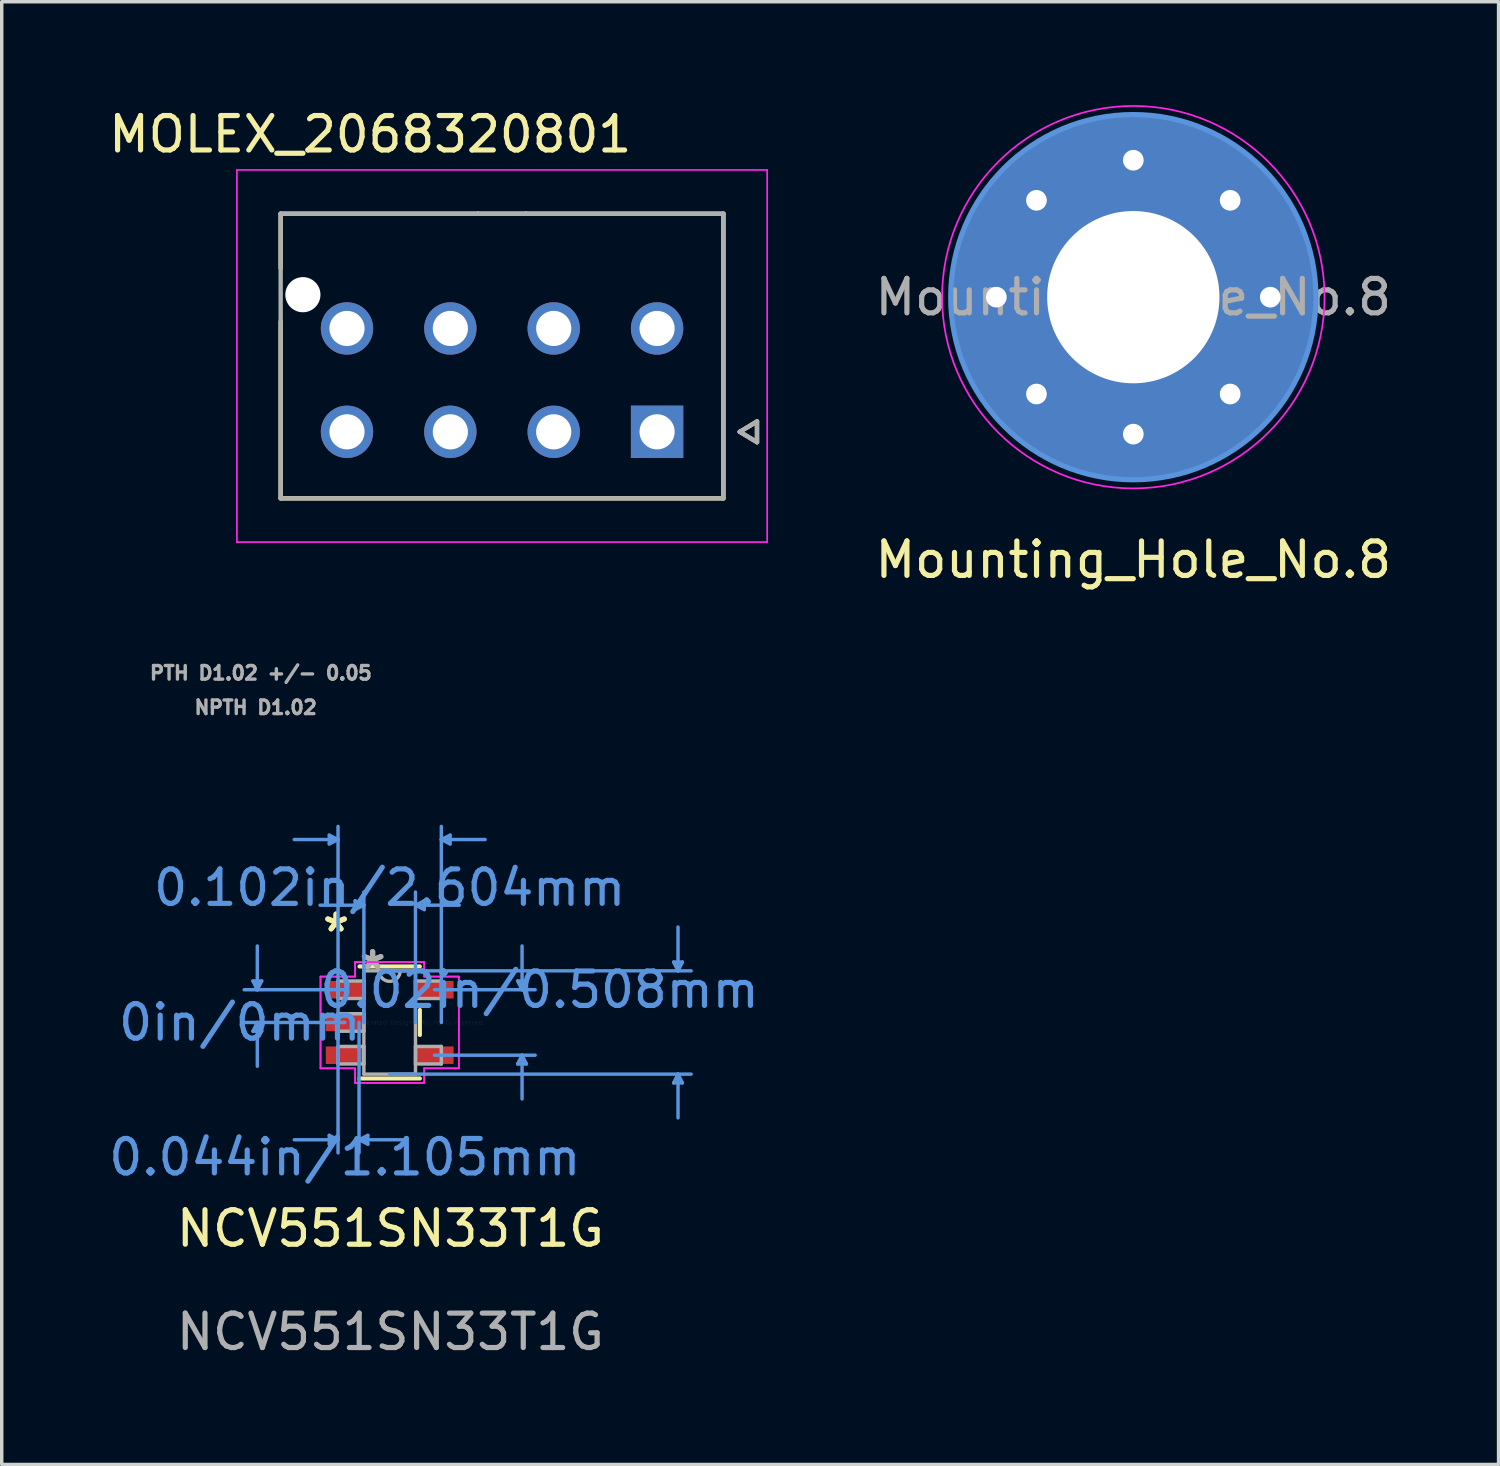
<source format=kicad_pcb>
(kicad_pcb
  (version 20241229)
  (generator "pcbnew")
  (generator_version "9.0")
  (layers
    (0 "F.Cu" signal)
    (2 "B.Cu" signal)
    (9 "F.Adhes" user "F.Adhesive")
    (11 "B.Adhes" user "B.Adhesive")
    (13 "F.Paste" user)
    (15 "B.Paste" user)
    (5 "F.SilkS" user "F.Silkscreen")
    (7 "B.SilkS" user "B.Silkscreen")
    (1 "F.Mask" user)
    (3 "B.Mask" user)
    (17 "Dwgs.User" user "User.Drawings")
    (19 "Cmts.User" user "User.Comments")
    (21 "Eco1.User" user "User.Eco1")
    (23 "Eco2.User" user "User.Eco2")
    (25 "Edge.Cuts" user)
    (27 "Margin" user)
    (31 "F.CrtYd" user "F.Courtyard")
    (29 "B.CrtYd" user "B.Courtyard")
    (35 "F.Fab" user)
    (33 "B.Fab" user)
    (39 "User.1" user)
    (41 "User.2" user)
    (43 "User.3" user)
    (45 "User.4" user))
  (footprint "Mounting_Hole_No.8"
    (layer "F.Cu")
    (at 29.843 5.575)
    (property "Reference" "Mounting_Hole_No.8" (at 0 7.62 0) (unlocked yes) (layer "F.SilkS") (effects (font (size 1 1) (thickness 0.15))))
    (attr smd)
    (fp_circle (center 0 0) (end 5.3 0) (stroke (width 0.15) (type solid)) (fill no) (layer "Cmts.User"))
    (fp_circle (center 0 0) (end 5.55 0) (stroke (width 0.05) (type solid)) (fill no) (layer "F.CrtYd"))
    (fp_text user "${REFERENCE}" (at 0 0 0) (layer "F.Fab") (effects (font (size 1 1) (thickness 0.15))))
    (pad "1" thru_hole circle (at -3.975 0) (size 0.9 0.9) (drill 0.6) (layers "*.Cu" "*.Mask"))
    (pad "1" thru_hole circle (at -2.811 -2.811) (size 0.9 0.9) (drill 0.6) (layers "*.Cu" "*.Mask"))
    (pad "1" thru_hole circle (at -2.811 2.811) (size 0.9 0.9) (drill 0.6) (layers "*.Cu" "*.Mask"))
    (pad "1" thru_hole circle (at 0 -3.975) (size 0.9 0.9) (drill 0.6) (layers "*.Cu" "*.Mask"))
    (pad "1" thru_hole circle (at 0 0) (size 10.6 10.6) (drill 5) (layers "*.Cu" "*.Mask"))
    (pad "1" thru_hole circle (at 0 3.975) (size 0.9 0.9) (drill 0.6) (layers "*.Cu" "*.Mask"))
    (pad "1" thru_hole circle (at 2.811 -2.811) (size 0.9 0.9) (drill 0.6) (layers "*.Cu" "*.Mask"))
    (pad "1" thru_hole circle (at 2.811 2.811) (size 0.9 0.9) (drill 0.6) (layers "*.Cu" "*.Mask"))
    (pad "1" thru_hole circle (at 3.975 0) (size 0.9 0.9) (drill 0.6) (layers "*.Cu" "*.Mask")))
  (footprint "MOLEX_2068320801"
    (layer "F.Cu")
    (at 16.021 9.483)
    (property "Reference" "MOLEX_2068320801" (at -8.325 -8.635 0) (layer "F.SilkS") (effects (font (size 1 1) (thickness 0.15))))
    (attr through_hole)
    (fp_circle (center -10.28 -3.98) (end -9.987 -3.98) (stroke (width 0.586) (type solid)) (fill no) (layer "F.Mask"))
    (fp_circle (center -9 -3) (end -8.582 -3) (stroke (width 0.836) (type solid)) (fill no) (layer "F.Mask"))
    (fp_circle (center -9 0) (end -8.582 0) (stroke (width 0.836) (type solid)) (fill no) (layer "F.Mask"))
    (fp_circle (center -6 -3) (end -5.582 -3) (stroke (width 0.836) (type solid)) (fill no) (layer "F.Mask"))
    (fp_circle (center -6 0) (end -5.582 0) (stroke (width 0.836) (type solid)) (fill no) (layer "F.Mask"))
    (fp_circle (center -3 -3) (end -2.582 -3) (stroke (width 0.836) (type solid)) (fill no) (layer "F.Mask"))
    (fp_circle (center -3 0) (end -2.582 0) (stroke (width 0.836) (type solid)) (fill no) (layer "F.Mask"))
    (fp_circle (center 0 -3) (end 0.418 -3) (stroke (width 0.836) (type solid)) (fill no) (layer "F.Mask"))
    (fp_poly (pts (xy -0.836 -0.836) (xy 0.836 -0.836) (xy 0.836 0.836) (xy -0.836 0.836)) (stroke (width 0.01) (type solid)) (fill yes) (layer "F.Mask"))
    (fp_circle (center -10.28 -3.98) (end -9.987 -3.98) (stroke (width 0.586) (type solid)) (fill no) (layer "B.Mask"))
    (fp_circle (center -9 -3) (end -8.582 -3) (stroke (width 0.836) (type solid)) (fill no) (layer "B.Mask"))
    (fp_circle (center -9 0) (end -8.582 0) (stroke (width 0.836) (type solid)) (fill no) (layer "B.Mask"))
    (fp_circle (center -6 -3) (end -5.582 -3) (stroke (width 0.836) (type solid)) (fill no) (layer "B.Mask"))
    (fp_circle (center -6 0) (end -5.582 0) (stroke (width 0.836) (type solid)) (fill no) (layer "B.Mask"))
    (fp_circle (center -3 -3) (end -2.582 -3) (stroke (width 0.836) (type solid)) (fill no) (layer "B.Mask"))
    (fp_circle (center -3 0) (end -2.582 0) (stroke (width 0.836) (type solid)) (fill no) (layer "B.Mask"))
    (fp_circle (center 0 -3) (end 0.418 -3) (stroke (width 0.836) (type solid)) (fill no) (layer "B.Mask"))
    (fp_poly (pts (xy -0.836 -0.836) (xy 0.836 -0.836) (xy 0.836 0.836) (xy -0.836 0.836)) (stroke (width 0.01) (type solid)) (fill yes) (layer "B.Mask"))
    (fp_line (start -10.925 -6.33) (end -5.2 -6.33) (stroke (width 0.127) (type solid)) (layer "F.SilkS"))
    (fp_line (start -10.925 -4.75) (end -10.925 -6.33) (stroke (width 0.127) (type solid)) (layer "F.SilkS"))
    (fp_line (start -10.925 1.93) (end -10.925 -3.2) (stroke (width 0.127) (type solid)) (layer "F.SilkS"))
    (fp_line (start -5.2 -6.33) (end -3.8 -6.33) (stroke (width 0.127) (type solid)) (layer "F.SilkS"))
    (fp_line (start -3.8 -6.33) (end 1.925 -6.33) (stroke (width 0.127) (type solid)) (layer "F.SilkS"))
    (fp_line (start 1.925 -6.33) (end 1.925 1.93) (stroke (width 0.127) (type solid)) (layer "F.SilkS"))
    (fp_line (start 1.925 1.93) (end -10.925 1.93) (stroke (width 0.127) (type solid)) (layer "F.SilkS"))
    (fp_line (start 2.4 0) (end 2.9 -0.3) (stroke (width 0.127) (type solid)) (layer "F.SilkS"))
    (fp_line (start 2.9 -0.3) (end 2.9 0.3) (stroke (width 0.127) (type solid)) (layer "F.SilkS"))
    (fp_line (start 2.9 0.3) (end 2.4 0) (stroke (width 0.127) (type solid)) (layer "F.SilkS"))
    (fp_line (start -12.195 -7.6) (end 3.195 -7.6) (stroke (width 0.05) (type solid)) (layer "F.CrtYd"))
    (fp_line (start -12.195 3.2) (end -12.195 -7.6) (stroke (width 0.05) (type solid)) (layer "F.CrtYd"))
    (fp_line (start 3.195 -7.6) (end 3.195 3.2) (stroke (width 0.05) (type solid)) (layer "F.CrtYd"))
    (fp_line (start 3.195 3.2) (end -12.195 3.2) (stroke (width 0.05) (type solid)) (layer "F.CrtYd"))
    (fp_line (start -10.925 -6.33) (end -5.2 -6.33) (stroke (width 0.127) (type solid)) (layer "F.Fab"))
    (fp_line (start -10.925 1.93) (end -10.925 -6.33) (stroke (width 0.127) (type solid)) (layer "F.Fab"))
    (fp_line (start -5.2 -6.33) (end -3.8 -6.33) (stroke (width 0.127) (type solid)) (layer "F.Fab"))
    (fp_line (start -3.8 -6.33) (end 1.925 -6.33) (stroke (width 0.127) (type solid)) (layer "F.Fab"))
    (fp_line (start 1.925 -6.33) (end 1.925 1.93) (stroke (width 0.127) (type solid)) (layer "F.Fab"))
    (fp_line (start 1.925 1.93) (end -10.925 1.93) (stroke (width 0.127) (type solid)) (layer "F.Fab"))
    (fp_line (start 2.4 0) (end 2.9 -0.3) (stroke (width 0.127) (type solid)) (layer "F.Fab"))
    (fp_line (start 2.9 -0.3) (end 2.9 0.3) (stroke (width 0.127) (type solid)) (layer "F.Fab"))
    (fp_line (start 2.9 0.3) (end 2.4 0) (stroke (width 0.127) (type solid)) (layer "F.Fab"))
    (fp_text user "NPTH D1.02 " (at -11.5 8 0) (layer "F.Fab") (effects (font (size 0.394 0.394) (thickness 0.15))))
    (fp_text user "PTH D1.02 +/- 0.05" (at -11.5 7 0) (layer "F.Fab") (effects (font (size 0.394 0.394) (thickness 0.15))))
    (pad "" np_thru_hole circle (at -10.28 -3.98) (size 1.02 1.02) (drill 1.02) (layers "*.Cu" "*.Mask"))
    (pad "1" thru_hole rect (at 0 0) (size 1.52 1.52) (drill 1.02) (layers "*.Cu"))
    (pad "2" thru_hole circle (at -3 0) (size 1.52 1.52) (drill 1.02) (layers "*.Cu"))
    (pad "3" thru_hole circle (at -6 0) (size 1.52 1.52) (drill 1.02) (layers "*.Cu"))
    (pad "4" thru_hole circle (at -9 0) (size 1.52 1.52) (drill 1.02) (layers "*.Cu"))
    (pad "5" thru_hole circle (at 0 -3) (size 1.52 1.52) (drill 1.02) (layers "*.Cu"))
    (pad "6" thru_hole circle (at -3 -3) (size 1.52 1.52) (drill 1.02) (layers "*.Cu"))
    (pad "7" thru_hole circle (at -6 -3) (size 1.52 1.52) (drill 1.02) (layers "*.Cu"))
    (pad "8" thru_hole circle (at -9 -3) (size 1.52 1.52) (drill 1.02) (layers "*.Cu")))
  (footprint "NCV551SN33T1G"
    (layer "F.Cu")
    (at 8.26 26.626)
    (property "Reference" "NCV551SN33T1G" (at 0.02 5.98 0) (unlocked yes) (layer "F.SilkS") (effects (font (size 1 1) (thickness 0.15))))
    (attr smd)
    (fp_line (start -0.876 1.626) (end 0.876 1.626) (stroke (width 0.12) (type solid)) (layer "F.SilkS"))
    (fp_line (start 0.876 -1.626) (end -0.876 -1.626) (stroke (width 0.12) (type solid)) (layer "F.SilkS"))
    (fp_line (start 0.876 0.363) (end 0.876 -0.363) (stroke (width 0.12) (type solid)) (layer "F.SilkS"))
    (fp_line (start -3.969 -1.204) (end -3.715 -1.204) (stroke (width 0.1) (type solid)) (layer "Cmts.User"))
    (fp_line (start -3.969 0.254) (end -3.715 0.254) (stroke (width 0.1) (type solid)) (layer "Cmts.User"))
    (fp_line (start -3.842 -0.95) (end -3.969 -1.204) (stroke (width 0.1) (type solid)) (layer "Cmts.User"))
    (fp_line (start -3.842 -0.95) (end -3.842 -2.22) (stroke (width 0.1) (type solid)) (layer "Cmts.User"))
    (fp_line (start -3.842 -0.95) (end -3.715 -1.204) (stroke (width 0.1) (type solid)) (layer "Cmts.User"))
    (fp_line (start -3.842 0) (end -3.969 0.254) (stroke (width 0.1) (type solid)) (layer "Cmts.User"))
    (fp_line (start -3.842 0) (end -3.842 1.27) (stroke (width 0.1) (type solid)) (layer "Cmts.User"))
    (fp_line (start -3.842 0) (end -3.715 0.254) (stroke (width 0.1) (type solid)) (layer "Cmts.User"))
    (fp_line (start -1.753 -5.436) (end -1.753 -5.182) (stroke (width 0.1) (type solid)) (layer "Cmts.User"))
    (fp_line (start -1.753 3.277) (end -1.753 3.531) (stroke (width 0.1) (type solid)) (layer "Cmts.User"))
    (fp_line (start -1.499 -5.309) (end -2.769 -5.309) (stroke (width 0.1) (type solid)) (layer "Cmts.User"))
    (fp_line (start -1.499 -5.309) (end -1.753 -5.436) (stroke (width 0.1) (type solid)) (layer "Cmts.User"))
    (fp_line (start -1.499 -5.309) (end -1.753 -5.182) (stroke (width 0.1) (type solid)) (layer "Cmts.User"))
    (fp_line (start -1.499 0) (end -1.499 -5.69) (stroke (width 0.1) (type solid)) (layer "Cmts.User"))
    (fp_line (start -1.499 0) (end -1.499 3.785) (stroke (width 0.1) (type solid)) (layer "Cmts.User"))
    (fp_line (start -1.499 3.404) (end -2.769 3.404) (stroke (width 0.1) (type solid)) (layer "Cmts.User"))
    (fp_line (start -1.499 3.404) (end -1.753 3.277) (stroke (width 0.1) (type solid)) (layer "Cmts.User"))
    (fp_line (start -1.499 3.404) (end -1.753 3.531) (stroke (width 0.1) (type solid)) (layer "Cmts.User"))
    (fp_line (start -1.302 -0.95) (end -4.223 -0.95) (stroke (width 0.1) (type solid)) (layer "Cmts.User"))
    (fp_line (start -1.302 0) (end -4.223 0) (stroke (width 0.1) (type solid)) (layer "Cmts.User"))
    (fp_line (start -1.003 -3.531) (end -1.003 -3.277) (stroke (width 0.1) (type solid)) (layer "Cmts.User"))
    (fp_line (start -0.889 0) (end -0.889 3.785) (stroke (width 0.1) (type solid)) (layer "Cmts.User"))
    (fp_line (start -0.889 3.404) (end -0.635 3.277) (stroke (width 0.1) (type solid)) (layer "Cmts.User"))
    (fp_line (start -0.889 3.404) (end -0.635 3.531) (stroke (width 0.1) (type solid)) (layer "Cmts.User"))
    (fp_line (start -0.889 3.404) (end 0.381 3.404) (stroke (width 0.1) (type solid)) (layer "Cmts.User"))
    (fp_line (start -0.749 -3.404) (end -2.019 -3.404) (stroke (width 0.1) (type solid)) (layer "Cmts.User"))
    (fp_line (start -0.749 -3.404) (end -1.003 -3.531) (stroke (width 0.1) (type solid)) (layer "Cmts.User"))
    (fp_line (start -0.749 -3.404) (end -1.003 -3.277) (stroke (width 0.1) (type solid)) (layer "Cmts.User"))
    (fp_line (start -0.749 0) (end -0.749 -3.785) (stroke (width 0.1) (type solid)) (layer "Cmts.User"))
    (fp_line (start -0.635 3.277) (end -0.635 3.531) (stroke (width 0.1) (type solid)) (layer "Cmts.User"))
    (fp_line (start 0 -1.499) (end 8.75 -1.499) (stroke (width 0.1) (type solid)) (layer "Cmts.User"))
    (fp_line (start 0 1.499) (end 8.75 1.499) (stroke (width 0.1) (type solid)) (layer "Cmts.User"))
    (fp_line (start 0.749 -3.404) (end 1.003 -3.531) (stroke (width 0.1) (type solid)) (layer "Cmts.User"))
    (fp_line (start 0.749 -3.404) (end 1.003 -3.277) (stroke (width 0.1) (type solid)) (layer "Cmts.User"))
    (fp_line (start 0.749 -3.404) (end 2.019 -3.404) (stroke (width 0.1) (type solid)) (layer "Cmts.User"))
    (fp_line (start 0.749 0) (end 0.749 -3.785) (stroke (width 0.1) (type solid)) (layer "Cmts.User"))
    (fp_line (start 1.003 -3.531) (end 1.003 -3.277) (stroke (width 0.1) (type solid)) (layer "Cmts.User"))
    (fp_line (start 1.302 -0.95) (end 4.223 -0.95) (stroke (width 0.1) (type solid)) (layer "Cmts.User"))
    (fp_line (start 1.302 0.95) (end 4.223 0.95) (stroke (width 0.1) (type solid)) (layer "Cmts.User"))
    (fp_line (start 1.499 -5.309) (end 1.753 -5.436) (stroke (width 0.1) (type solid)) (layer "Cmts.User"))
    (fp_line (start 1.499 -5.309) (end 1.753 -5.182) (stroke (width 0.1) (type solid)) (layer "Cmts.User"))
    (fp_line (start 1.499 -5.309) (end 2.769 -5.309) (stroke (width 0.1) (type solid)) (layer "Cmts.User"))
    (fp_line (start 1.499 0) (end 1.499 -5.69) (stroke (width 0.1) (type solid)) (layer "Cmts.User"))
    (fp_line (start 1.753 -5.436) (end 1.753 -5.182) (stroke (width 0.1) (type solid)) (layer "Cmts.User"))
    (fp_line (start 3.715 -1.204) (end 3.969 -1.204) (stroke (width 0.1) (type solid)) (layer "Cmts.User"))
    (fp_line (start 3.715 1.204) (end 3.969 1.204) (stroke (width 0.1) (type solid)) (layer "Cmts.User"))
    (fp_line (start 3.842 -0.95) (end 3.715 -1.204) (stroke (width 0.1) (type solid)) (layer "Cmts.User"))
    (fp_line (start 3.842 -0.95) (end 3.842 -2.22) (stroke (width 0.1) (type solid)) (layer "Cmts.User"))
    (fp_line (start 3.842 -0.95) (end 3.969 -1.204) (stroke (width 0.1) (type solid)) (layer "Cmts.User"))
    (fp_line (start 3.842 0.95) (end 3.715 1.204) (stroke (width 0.1) (type solid)) (layer "Cmts.User"))
    (fp_line (start 3.842 0.95) (end 3.842 2.22) (stroke (width 0.1) (type solid)) (layer "Cmts.User"))
    (fp_line (start 3.842 0.95) (end 3.969 1.204) (stroke (width 0.1) (type solid)) (layer "Cmts.User"))
    (fp_line (start 8.242 -1.753) (end 8.496 -1.753) (stroke (width 0.1) (type solid)) (layer "Cmts.User"))
    (fp_line (start 8.242 1.753) (end 8.496 1.753) (stroke (width 0.1) (type solid)) (layer "Cmts.User"))
    (fp_line (start 8.369 -1.499) (end 8.242 -1.753) (stroke (width 0.1) (type solid)) (layer "Cmts.User"))
    (fp_line (start 8.369 -1.499) (end 8.369 -2.769) (stroke (width 0.1) (type solid)) (layer "Cmts.User"))
    (fp_line (start 8.369 -1.499) (end 8.496 -1.753) (stroke (width 0.1) (type solid)) (layer "Cmts.User"))
    (fp_line (start 8.369 1.499) (end 8.242 1.753) (stroke (width 0.1) (type solid)) (layer "Cmts.User"))
    (fp_line (start 8.369 1.499) (end 8.369 2.769) (stroke (width 0.1) (type solid)) (layer "Cmts.User"))
    (fp_line (start 8.369 1.499) (end 8.496 1.753) (stroke (width 0.1) (type solid)) (layer "Cmts.User"))
    (fp_line (start -2.007 -1.331) (end -1.003 -1.331) (stroke (width 0.05) (type solid)) (layer "F.CrtYd"))
    (fp_line (start -2.007 -1.331) (end -1.003 -1.331) (stroke (width 0.05) (type solid)) (layer "F.CrtYd"))
    (fp_line (start -2.007 1.331) (end -2.007 -1.331) (stroke (width 0.05) (type solid)) (layer "F.CrtYd"))
    (fp_line (start -2.007 1.331) (end -2.007 -1.331) (stroke (width 0.05) (type solid)) (layer "F.CrtYd"))
    (fp_line (start -1.003 -1.753) (end 1.003 -1.753) (stroke (width 0.05) (type solid)) (layer "F.CrtYd"))
    (fp_line (start -1.003 -1.753) (end 1.003 -1.753) (stroke (width 0.05) (type solid)) (layer "F.CrtYd"))
    (fp_line (start -1.003 -1.331) (end -1.003 -1.753) (stroke (width 0.05) (type solid)) (layer "F.CrtYd"))
    (fp_line (start -1.003 -1.331) (end -1.003 -1.753) (stroke (width 0.05) (type solid)) (layer "F.CrtYd"))
    (fp_line (start -1.003 1.331) (end -2.007 1.331) (stroke (width 0.05) (type solid)) (layer "F.CrtYd"))
    (fp_line (start -1.003 1.331) (end -2.007 1.331) (stroke (width 0.05) (type solid)) (layer "F.CrtYd"))
    (fp_line (start -1.003 1.753) (end -1.003 1.331) (stroke (width 0.05) (type solid)) (layer "F.CrtYd"))
    (fp_line (start -1.003 1.753) (end -1.003 1.331) (stroke (width 0.05) (type solid)) (layer "F.CrtYd"))
    (fp_line (start 1.003 -1.753) (end 1.003 -1.331) (stroke (width 0.05) (type solid)) (layer "F.CrtYd"))
    (fp_line (start 1.003 -1.753) (end 1.003 -1.331) (stroke (width 0.05) (type solid)) (layer "F.CrtYd"))
    (fp_line (start 1.003 -1.331) (end 2.007 -1.331) (stroke (width 0.05) (type solid)) (layer "F.CrtYd"))
    (fp_line (start 1.003 -1.331) (end 2.007 -1.331) (stroke (width 0.05) (type solid)) (layer "F.CrtYd"))
    (fp_line (start 1.003 1.331) (end 1.003 1.753) (stroke (width 0.05) (type solid)) (layer "F.CrtYd"))
    (fp_line (start 1.003 1.331) (end 1.003 1.753) (stroke (width 0.05) (type solid)) (layer "F.CrtYd"))
    (fp_line (start 1.003 1.753) (end -1.003 1.753) (stroke (width 0.05) (type solid)) (layer "F.CrtYd"))
    (fp_line (start 1.003 1.753) (end -1.003 1.753) (stroke (width 0.05) (type solid)) (layer "F.CrtYd"))
    (fp_line (start 2.007 -1.331) (end 2.007 1.331) (stroke (width 0.05) (type solid)) (layer "F.CrtYd"))
    (fp_line (start 2.007 -1.331) (end 2.007 1.331) (stroke (width 0.05) (type solid)) (layer "F.CrtYd"))
    (fp_line (start 2.007 1.331) (end 1.003 1.331) (stroke (width 0.05) (type solid)) (layer "F.CrtYd"))
    (fp_line (start 2.007 1.331) (end 1.003 1.331) (stroke (width 0.05) (type solid)) (layer "F.CrtYd"))
    (fp_line (start -1.499 -1.204) (end -1.499 -0.696) (stroke (width 0.1) (type solid)) (layer "F.Fab"))
    (fp_line (start -1.499 -0.696) (end -0.749 -0.696) (stroke (width 0.1) (type solid)) (layer "F.Fab"))
    (fp_line (start -1.499 -0.254) (end -1.499 0.254) (stroke (width 0.1) (type solid)) (layer "F.Fab"))
    (fp_line (start -1.499 0.254) (end -0.749 0.254) (stroke (width 0.1) (type solid)) (layer "F.Fab"))
    (fp_line (start -1.499 0.696) (end -1.499 1.204) (stroke (width 0.1) (type solid)) (layer "F.Fab"))
    (fp_line (start -1.499 1.204) (end -0.749 1.204) (stroke (width 0.1) (type solid)) (layer "F.Fab"))
    (fp_line (start -0.749 -1.499) (end -0.749 1.499) (stroke (width 0.1) (type solid)) (layer "F.Fab"))
    (fp_line (start -0.749 -1.204) (end -1.499 -1.204) (stroke (width 0.1) (type solid)) (layer "F.Fab"))
    (fp_line (start -0.749 -0.696) (end -0.749 -1.204) (stroke (width 0.1) (type solid)) (layer "F.Fab"))
    (fp_line (start -0.749 -0.254) (end -1.499 -0.254) (stroke (width 0.1) (type solid)) (layer "F.Fab"))
    (fp_line (start -0.749 0.254) (end -0.749 -0.254) (stroke (width 0.1) (type solid)) (layer "F.Fab"))
    (fp_line (start -0.749 0.696) (end -1.499 0.696) (stroke (width 0.1) (type solid)) (layer "F.Fab"))
    (fp_line (start -0.749 1.204) (end -0.749 0.696) (stroke (width 0.1) (type solid)) (layer "F.Fab"))
    (fp_line (start -0.749 1.499) (end 0.749 1.499) (stroke (width 0.1) (type solid)) (layer "F.Fab"))
    (fp_line (start 0.749 -1.499) (end -0.749 -1.499) (stroke (width 0.1) (type solid)) (layer "F.Fab"))
    (fp_line (start 0.749 -1.204) (end 0.749 -0.696) (stroke (width 0.1) (type solid)) (layer "F.Fab"))
    (fp_line (start 0.749 -0.696) (end 1.499 -0.696) (stroke (width 0.1) (type solid)) (layer "F.Fab"))
    (fp_line (start 0.749 0.696) (end 0.749 1.204) (stroke (width 0.1) (type solid)) (layer "F.Fab"))
    (fp_line (start 0.749 1.204) (end 1.499 1.204) (stroke (width 0.1) (type solid)) (layer "F.Fab"))
    (fp_line (start 0.749 1.499) (end 0.749 -1.499) (stroke (width 0.1) (type solid)) (layer "F.Fab"))
    (fp_line (start 1.499 -1.204) (end 0.749 -1.204) (stroke (width 0.1) (type solid)) (layer "F.Fab"))
    (fp_line (start 1.499 -0.696) (end 1.499 -1.204) (stroke (width 0.1) (type solid)) (layer "F.Fab"))
    (fp_line (start 1.499 0.696) (end 0.749 0.696) (stroke (width 0.1) (type solid)) (layer "F.Fab"))
    (fp_line (start 1.499 1.204) (end 1.499 0.696) (stroke (width 0.1) (type solid)) (layer "F.Fab"))
    (fp_arc (start 0.3048 -1.4986) (mid 0 -1.1938) (end -0.3048 -1.4986) (stroke (width 0.1) (type solid)) (layer "F.Fab"))
    (fp_text user "*" (at -1.556 -2.601 0) (layer "F.SilkS") (effects (font (size 1 1) (thickness 0.15))))
    (fp_text user "*" (at -1.556 -2.601 0) (layer "F.SilkS") (effects (font (size 1 1) (thickness 0.15))))
    (fp_text user "0.102in/2.604mm" (at 0 -3.912 0) (layer "Cmts.User") (effects (font (size 1 1) (thickness 0.15))))
    (fp_text user "0.044in/1.105mm" (at -1.302 3.912 0) (layer "Cmts.User") (effects (font (size 1 1) (thickness 0.15))))
    (fp_text user "Copyright 2021 Accelerated Designs. All rights reserved." (at 0 0 0) (layer "Cmts.User") (effects (font (size 0.127 0.127) (thickness 0.002))))
    (fp_text user "0.02in/0.508mm" (at 4.35 -0.95 0) (layer "Cmts.User") (effects (font (size 1 1) (thickness 0.15))))
    (fp_text user "0in/0mm" (at -4.35 0 0) (layer "Cmts.User") (effects (font (size 1 1) (thickness 0.15))))
    (fp_text user "*" (at -0.495 -1.509 0) (layer "F.Fab") (effects (font (size 1 1) (thickness 0.15))))
    (fp_text user "*" (at -0.495 -1.509 0) (layer "F.Fab") (effects (font (size 1 1) (thickness 0.15))))
    (fp_text user "${REFERENCE}" (at 0.02 8.98 0) (unlocked yes) (layer "F.Fab") (effects (font (size 1 1) (thickness 0.15))))
    (pad "1" smd rect (at -1.302 -0.95) (size 1.105 0.508) (layers "F.Cu" "F.Mask" "F.Paste"))
    (pad "2" smd rect (at -1.302 0) (size 1.105 0.508) (layers "F.Cu" "F.Mask" "F.Paste"))
    (pad "3" smd rect (at -1.302 0.95) (size 1.105 0.508) (layers "F.Cu" "F.Mask" "F.Paste"))
    (pad "4" smd rect (at 1.302 0.95) (size 1.105 0.508) (layers "F.Cu" "F.Mask" "F.Paste"))
    (pad "5" smd rect (at 1.302 -0.95) (size 1.105 0.508) (layers "F.Cu" "F.Mask" "F.Paste")))
  (gr_rect
    (start -3 -3)
    (end 40.444 39.454)
    (stroke (width 0.1) (type default))
    (fill no)
    (layer "Edge.Cuts")))
</source>
